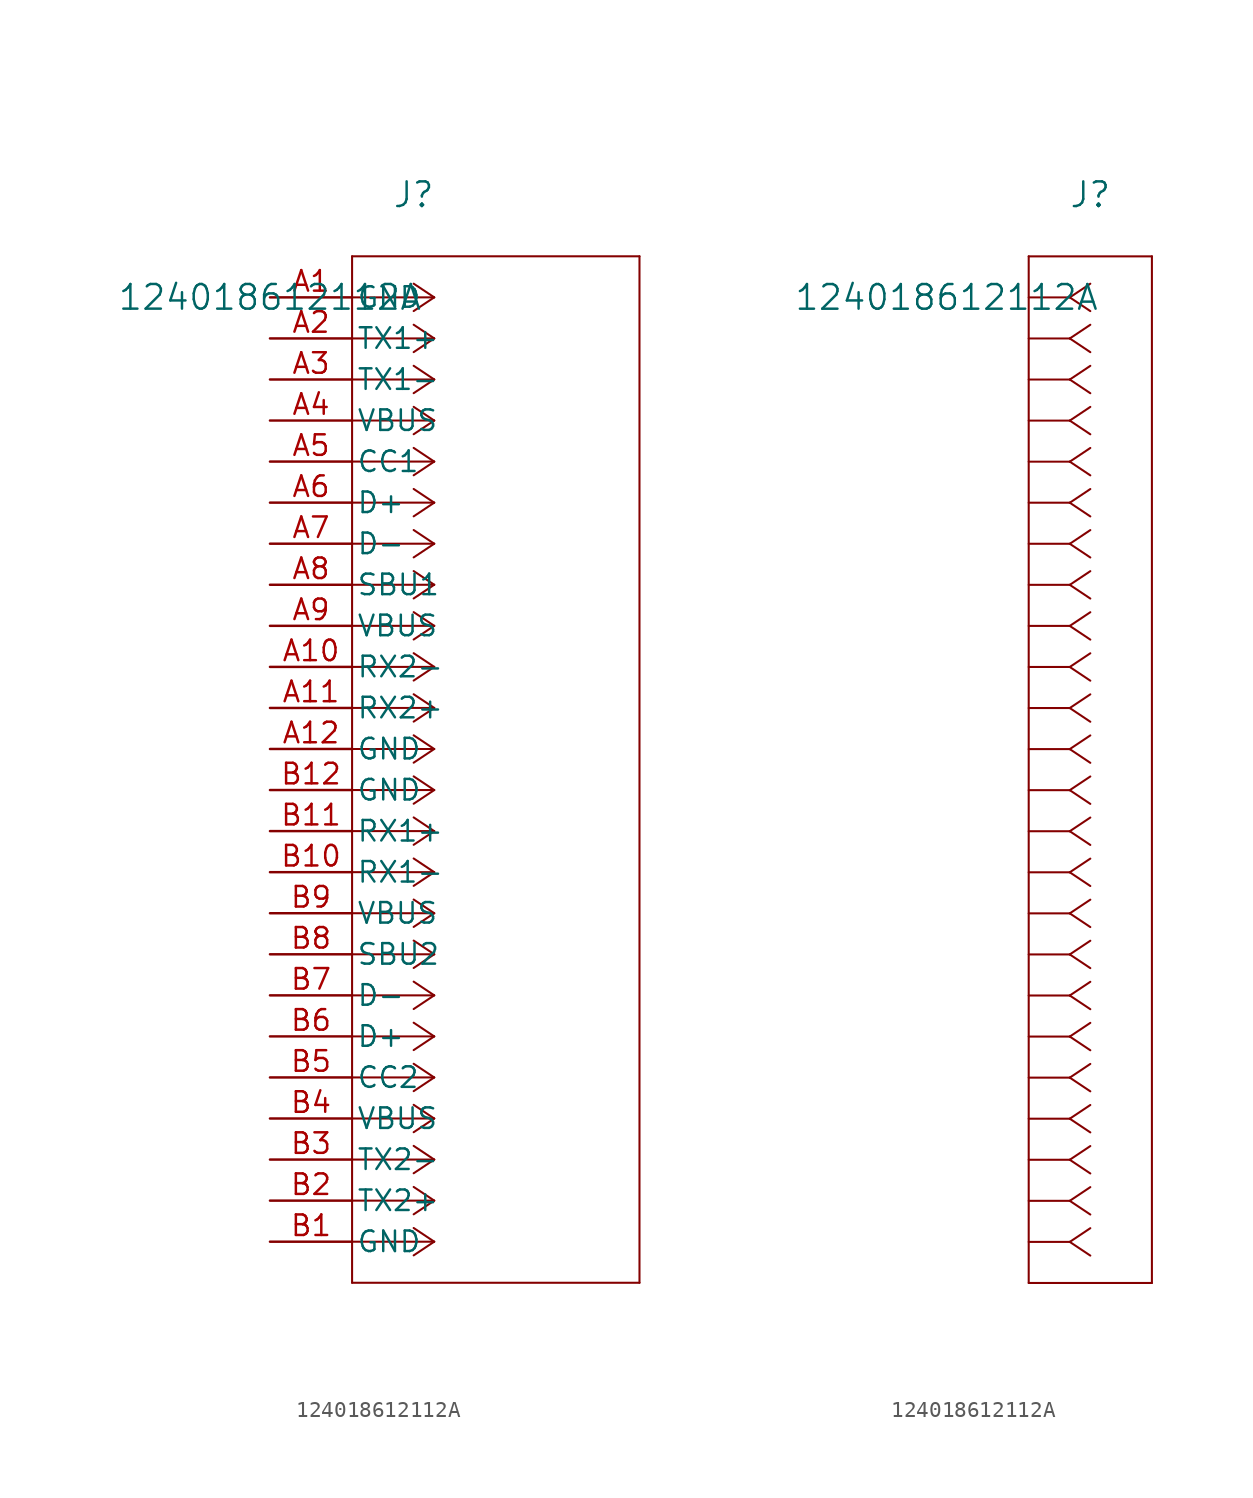
<source format=kicad_sym>
(kicad_symbol_lib
  (version 20220914)
  (generator kicad_symbol_editor)
  (symbol "124018612112A"
    (pin_names
      (offset 0.254))
    (property "Reference" "J"
      (at 8.89 6.35 0)
      (effects (font (size 1.524 1.524))))
    (property "Value" "124018612112A"
      (at 0 0 0)
      (effects (font (size 1.524 1.524))))
    (property "ki_locked" ""
      (at 0 0 0)
      (effects (font (size 1.27 1.27))))
    (symbol "124018612112A_1_1"
      (polyline (pts (xy 5.08 -60.96) (xy 22.86 -60.96)) (stroke (width 0.127) (type default)) (fill (type none)))
      (polyline (pts (xy 5.08 2.54) (xy 5.08 -60.96)) (stroke (width 0.127) (type default)) (fill (type none)))
      (polyline (pts (xy 10.16 -58.42) (xy 5.08 -58.42)) (stroke (width 0.127) (type default)) (fill (type none)))
      (polyline (pts (xy 10.16 -58.42) (xy 8.89 -59.267)) (stroke (width 0.127) (type default)) (fill (type none)))
      (polyline (pts (xy 10.16 -58.42) (xy 8.89 -57.573)) (stroke (width 0.127) (type default)) (fill (type none)))
      (polyline (pts (xy 10.16 -55.88) (xy 5.08 -55.88)) (stroke (width 0.127) (type default)) (fill (type none)))
      (polyline (pts (xy 10.16 -55.88) (xy 8.89 -56.727)) (stroke (width 0.127) (type default)) (fill (type none)))
      (polyline (pts (xy 10.16 -55.88) (xy 8.89 -55.033)) (stroke (width 0.127) (type default)) (fill (type none)))
      (polyline (pts (xy 10.16 -53.34) (xy 5.08 -53.34)) (stroke (width 0.127) (type default)) (fill (type none)))
      (polyline (pts (xy 10.16 -53.34) (xy 8.89 -54.187)) (stroke (width 0.127) (type default)) (fill (type none)))
      (polyline (pts (xy 10.16 -53.34) (xy 8.89 -52.493)) (stroke (width 0.127) (type default)) (fill (type none)))
      (polyline (pts (xy 10.16 -50.8) (xy 5.08 -50.8)) (stroke (width 0.127) (type default)) (fill (type none)))
      (polyline (pts (xy 10.16 -50.8) (xy 8.89 -51.647)) (stroke (width 0.127) (type default)) (fill (type none)))
      (polyline (pts (xy 10.16 -50.8) (xy 8.89 -49.953)) (stroke (width 0.127) (type default)) (fill (type none)))
      (polyline (pts (xy 10.16 -48.26) (xy 5.08 -48.26)) (stroke (width 0.127) (type default)) (fill (type none)))
      (polyline (pts (xy 10.16 -48.26) (xy 8.89 -49.107)) (stroke (width 0.127) (type default)) (fill (type none)))
      (polyline (pts (xy 10.16 -48.26) (xy 8.89 -47.413)) (stroke (width 0.127) (type default)) (fill (type none)))
      (polyline (pts (xy 10.16 -45.72) (xy 5.08 -45.72)) (stroke (width 0.127) (type default)) (fill (type none)))
      (polyline (pts (xy 10.16 -45.72) (xy 8.89 -46.567)) (stroke (width 0.127) (type default)) (fill (type none)))
      (polyline (pts (xy 10.16 -45.72) (xy 8.89 -44.873)) (stroke (width 0.127) (type default)) (fill (type none)))
      (polyline (pts (xy 10.16 -43.18) (xy 5.08 -43.18)) (stroke (width 0.127) (type default)) (fill (type none)))
      (polyline (pts (xy 10.16 -43.18) (xy 8.89 -44.027)) (stroke (width 0.127) (type default)) (fill (type none)))
      (polyline (pts (xy 10.16 -43.18) (xy 8.89 -42.333)) (stroke (width 0.127) (type default)) (fill (type none)))
      (polyline (pts (xy 10.16 -40.64) (xy 5.08 -40.64)) (stroke (width 0.127) (type default)) (fill (type none)))
      (polyline (pts (xy 10.16 -40.64) (xy 8.89 -41.487)) (stroke (width 0.127) (type default)) (fill (type none)))
      (polyline (pts (xy 10.16 -40.64) (xy 8.89 -39.793)) (stroke (width 0.127) (type default)) (fill (type none)))
      (polyline (pts (xy 10.16 -38.1) (xy 5.08 -38.1)) (stroke (width 0.127) (type default)) (fill (type none)))
      (polyline (pts (xy 10.16 -38.1) (xy 8.89 -38.947)) (stroke (width 0.127) (type default)) (fill (type none)))
      (polyline (pts (xy 10.16 -38.1) (xy 8.89 -37.253)) (stroke (width 0.127) (type default)) (fill (type none)))
      (polyline (pts (xy 10.16 -35.56) (xy 5.08 -35.56)) (stroke (width 0.127) (type default)) (fill (type none)))
      (polyline (pts (xy 10.16 -35.56) (xy 8.89 -36.407)) (stroke (width 0.127) (type default)) (fill (type none)))
      (polyline (pts (xy 10.16 -35.56) (xy 8.89 -34.713)) (stroke (width 0.127) (type default)) (fill (type none)))
      (polyline (pts (xy 10.16 -33.02) (xy 5.08 -33.02)) (stroke (width 0.127) (type default)) (fill (type none)))
      (polyline (pts (xy 10.16 -33.02) (xy 8.89 -33.867)) (stroke (width 0.127) (type default)) (fill (type none)))
      (polyline (pts (xy 10.16 -33.02) (xy 8.89 -32.173)) (stroke (width 0.127) (type default)) (fill (type none)))
      (polyline (pts (xy 10.16 -30.48) (xy 5.08 -30.48)) (stroke (width 0.127) (type default)) (fill (type none)))
      (polyline (pts (xy 10.16 -30.48) (xy 8.89 -31.327)) (stroke (width 0.127) (type default)) (fill (type none)))
      (polyline (pts (xy 10.16 -30.48) (xy 8.89 -29.633)) (stroke (width 0.127) (type default)) (fill (type none)))
      (polyline (pts (xy 10.16 -27.94) (xy 5.08 -27.94)) (stroke (width 0.127) (type default)) (fill (type none)))
      (polyline (pts (xy 10.16 -27.94) (xy 8.89 -28.787)) (stroke (width 0.127) (type default)) (fill (type none)))
      (polyline (pts (xy 10.16 -27.94) (xy 8.89 -27.093)) (stroke (width 0.127) (type default)) (fill (type none)))
      (polyline (pts (xy 10.16 -25.4) (xy 5.08 -25.4)) (stroke (width 0.127) (type default)) (fill (type none)))
      (polyline (pts (xy 10.16 -25.4) (xy 8.89 -26.247)) (stroke (width 0.127) (type default)) (fill (type none)))
      (polyline (pts (xy 10.16 -25.4) (xy 8.89 -24.553)) (stroke (width 0.127) (type default)) (fill (type none)))
      (polyline (pts (xy 10.16 -22.86) (xy 5.08 -22.86)) (stroke (width 0.127) (type default)) (fill (type none)))
      (polyline (pts (xy 10.16 -22.86) (xy 8.89 -23.707)) (stroke (width 0.127) (type default)) (fill (type none)))
      (polyline (pts (xy 10.16 -22.86) (xy 8.89 -22.013)) (stroke (width 0.127) (type default)) (fill (type none)))
      (polyline (pts (xy 10.16 -20.32) (xy 5.08 -20.32)) (stroke (width 0.127) (type default)) (fill (type none)))
      (polyline (pts (xy 10.16 -20.32) (xy 8.89 -21.167)) (stroke (width 0.127) (type default)) (fill (type none)))
      (polyline (pts (xy 10.16 -20.32) (xy 8.89 -19.473)) (stroke (width 0.127) (type default)) (fill (type none)))
      (polyline (pts (xy 10.16 -17.78) (xy 5.08 -17.78)) (stroke (width 0.127) (type default)) (fill (type none)))
      (polyline (pts (xy 10.16 -17.78) (xy 8.89 -18.627)) (stroke (width 0.127) (type default)) (fill (type none)))
      (polyline (pts (xy 10.16 -17.78) (xy 8.89 -16.933)) (stroke (width 0.127) (type default)) (fill (type none)))
      (polyline (pts (xy 10.16 -15.24) (xy 5.08 -15.24)) (stroke (width 0.127) (type default)) (fill (type none)))
      (polyline (pts (xy 10.16 -15.24) (xy 8.89 -16.087)) (stroke (width 0.127) (type default)) (fill (type none)))
      (polyline (pts (xy 10.16 -15.24) (xy 8.89 -14.393)) (stroke (width 0.127) (type default)) (fill (type none)))
      (polyline (pts (xy 10.16 -12.7) (xy 5.08 -12.7)) (stroke (width 0.127) (type default)) (fill (type none)))
      (polyline (pts (xy 10.16 -12.7) (xy 8.89 -13.547)) (stroke (width 0.127) (type default)) (fill (type none)))
      (polyline (pts (xy 10.16 -12.7) (xy 8.89 -11.853)) (stroke (width 0.127) (type default)) (fill (type none)))
      (polyline (pts (xy 10.16 -10.16) (xy 5.08 -10.16)) (stroke (width 0.127) (type default)) (fill (type none)))
      (polyline (pts (xy 10.16 -10.16) (xy 8.89 -11.007)) (stroke (width 0.127) (type default)) (fill (type none)))
      (polyline (pts (xy 10.16 -10.16) (xy 8.89 -9.313)) (stroke (width 0.127) (type default)) (fill (type none)))
      (polyline (pts (xy 10.16 -7.62) (xy 5.08 -7.62)) (stroke (width 0.127) (type default)) (fill (type none)))
      (polyline (pts (xy 10.16 -7.62) (xy 8.89 -8.467)) (stroke (width 0.127) (type default)) (fill (type none)))
      (polyline (pts (xy 10.16 -7.62) (xy 8.89 -6.773)) (stroke (width 0.127) (type default)) (fill (type none)))
      (polyline (pts (xy 10.16 -5.08) (xy 5.08 -5.08)) (stroke (width 0.127) (type default)) (fill (type none)))
      (polyline (pts (xy 10.16 -5.08) (xy 8.89 -5.927)) (stroke (width 0.127) (type default)) (fill (type none)))
      (polyline (pts (xy 10.16 -5.08) (xy 8.89 -4.233)) (stroke (width 0.127) (type default)) (fill (type none)))
      (polyline (pts (xy 10.16 -2.54) (xy 5.08 -2.54)) (stroke (width 0.127) (type default)) (fill (type none)))
      (polyline (pts (xy 10.16 -2.54) (xy 8.89 -3.387)) (stroke (width 0.127) (type default)) (fill (type none)))
      (polyline (pts (xy 10.16 -2.54) (xy 8.89 -1.693)) (stroke (width 0.127) (type default)) (fill (type none)))
      (polyline (pts (xy 10.16 0) (xy 5.08 0)) (stroke (width 0.127) (type default)) (fill (type none)))
      (polyline (pts (xy 10.16 0) (xy 8.89 -0.847)) (stroke (width 0.127) (type default)) (fill (type none)))
      (polyline (pts (xy 10.16 0) (xy 8.89 0.847)) (stroke (width 0.127) (type default)) (fill (type none)))
      (polyline (pts (xy 22.86 -60.96) (xy 22.86 2.54)) (stroke (width 0.127) (type default)) (fill (type none)))
      (polyline (pts (xy 22.86 2.54) (xy 5.08 2.54)) (stroke (width 0.127) (type default)) (fill (type none)))
      (pin power_in line (at 0 0 0) (length 5.08) (name "GND" (effects (font (size 1.27 1.27)))) (number "A1" (effects (font (size 1.27 1.27)))))
      (pin bidirectional line (at 0 -22.86 0) (length 5.08) (name "RX2-" (effects (font (size 1.27 1.27)))) (number "A10" (effects (font (size 1.27 1.27)))))
      (pin bidirectional line (at 0 -25.4 0) (length 5.08) (name "RX2+" (effects (font (size 1.27 1.27)))) (number "A11" (effects (font (size 1.27 1.27)))))
      (pin power_in line (at 0 -27.94 0) (length 5.08) (name "GND" (effects (font (size 1.27 1.27)))) (number "A12" (effects (font (size 1.27 1.27)))))
      (pin bidirectional line (at 0 -2.54 0) (length 5.08) (name "TX1+" (effects (font (size 1.27 1.27)))) (number "A2" (effects (font (size 1.27 1.27)))))
      (pin bidirectional line (at 0 -5.08 0) (length 5.08) (name "TX1-" (effects (font (size 1.27 1.27)))) (number "A3" (effects (font (size 1.27 1.27)))))
      (pin power_in line (at 0 -7.62 0) (length 5.08) (name "VBUS" (effects (font (size 1.27 1.27)))) (number "A4" (effects (font (size 1.27 1.27)))))
      (pin bidirectional line (at 0 -10.16 0) (length 5.08) (name "CC1" (effects (font (size 1.27 1.27)))) (number "A5" (effects (font (size 1.27 1.27)))))
      (pin bidirectional line (at 0 -12.7 0) (length 5.08) (name "D+" (effects (font (size 1.27 1.27)))) (number "A6" (effects (font (size 1.27 1.27)))))
      (pin bidirectional line (at 0 -15.24 0) (length 5.08) (name "D-" (effects (font (size 1.27 1.27)))) (number "A7" (effects (font (size 1.27 1.27)))))
      (pin bidirectional line (at 0 -17.78 0) (length 5.08) (name "SBU1" (effects (font (size 1.27 1.27)))) (number "A8" (effects (font (size 1.27 1.27)))))
      (pin power_in line (at 0 -20.32 0) (length 5.08) (name "VBUS" (effects (font (size 1.27 1.27)))) (number "A9" (effects (font (size 1.27 1.27)))))
      (pin power_in line (at 0 -58.42 0) (length 5.08) (name "GND" (effects (font (size 1.27 1.27)))) (number "B1" (effects (font (size 1.27 1.27)))))
      (pin bidirectional line (at 0 -35.56 0) (length 5.08) (name "RX1-" (effects (font (size 1.27 1.27)))) (number "B10" (effects (font (size 1.27 1.27)))))
      (pin bidirectional line (at 0 -33.02 0) (length 5.08) (name "RX1+" (effects (font (size 1.27 1.27)))) (number "B11" (effects (font (size 1.27 1.27)))))
      (pin power_in line (at 0 -30.48 0) (length 5.08) (name "GND" (effects (font (size 1.27 1.27)))) (number "B12" (effects (font (size 1.27 1.27)))))
      (pin bidirectional line (at 0 -55.88 0) (length 5.08) (name "TX2+" (effects (font (size 1.27 1.27)))) (number "B2" (effects (font (size 1.27 1.27)))))
      (pin bidirectional line (at 0 -53.34 0) (length 5.08) (name "TX2-" (effects (font (size 1.27 1.27)))) (number "B3" (effects (font (size 1.27 1.27)))))
      (pin power_in line (at 0 -50.8 0) (length 5.08) (name "VBUS" (effects (font (size 1.27 1.27)))) (number "B4" (effects (font (size 1.27 1.27)))))
      (pin bidirectional line (at 0 -48.26 0) (length 5.08) (name "CC2" (effects (font (size 1.27 1.27)))) (number "B5" (effects (font (size 1.27 1.27)))))
      (pin bidirectional line (at 0 -45.72 0) (length 5.08) (name "D+" (effects (font (size 1.27 1.27)))) (number "B6" (effects (font (size 1.27 1.27)))))
      (pin bidirectional line (at 0 -43.18 0) (length 5.08) (name "D-" (effects (font (size 1.27 1.27)))) (number "B7" (effects (font (size 1.27 1.27)))))
      (pin bidirectional line (at 0 -40.64 0) (length 5.08) (name "SBU2" (effects (font (size 1.27 1.27)))) (number "B8" (effects (font (size 1.27 1.27)))))
      (pin power_in line (at 0 -38.1 0) (length 5.08) (name "VBUS" (effects (font (size 1.27 1.27)))) (number "B9" (effects (font (size 1.27 1.27))))))
    (symbol "124018612112A_1_2"
      (polyline (pts (xy 5.08 -60.96) (xy 12.7 -60.96)) (stroke (width 0.127) (type default)) (fill (type none)))
      (polyline (pts (xy 5.08 2.54) (xy 5.08 -60.96)) (stroke (width 0.127) (type default)) (fill (type none)))
      (polyline (pts (xy 7.62 -58.42) (xy 5.08 -58.42)) (stroke (width 0.127) (type default)) (fill (type none)))
      (polyline (pts (xy 7.62 -58.42) (xy 8.89 -59.267)) (stroke (width 0.127) (type default)) (fill (type none)))
      (polyline (pts (xy 7.62 -58.42) (xy 8.89 -57.573)) (stroke (width 0.127) (type default)) (fill (type none)))
      (polyline (pts (xy 7.62 -55.88) (xy 5.08 -55.88)) (stroke (width 0.127) (type default)) (fill (type none)))
      (polyline (pts (xy 7.62 -55.88) (xy 8.89 -56.727)) (stroke (width 0.127) (type default)) (fill (type none)))
      (polyline (pts (xy 7.62 -55.88) (xy 8.89 -55.033)) (stroke (width 0.127) (type default)) (fill (type none)))
      (polyline (pts (xy 7.62 -53.34) (xy 5.08 -53.34)) (stroke (width 0.127) (type default)) (fill (type none)))
      (polyline (pts (xy 7.62 -53.34) (xy 8.89 -54.187)) (stroke (width 0.127) (type default)) (fill (type none)))
      (polyline (pts (xy 7.62 -53.34) (xy 8.89 -52.493)) (stroke (width 0.127) (type default)) (fill (type none)))
      (polyline (pts (xy 7.62 -50.8) (xy 5.08 -50.8)) (stroke (width 0.127) (type default)) (fill (type none)))
      (polyline (pts (xy 7.62 -50.8) (xy 8.89 -51.647)) (stroke (width 0.127) (type default)) (fill (type none)))
      (polyline (pts (xy 7.62 -50.8) (xy 8.89 -49.953)) (stroke (width 0.127) (type default)) (fill (type none)))
      (polyline (pts (xy 7.62 -48.26) (xy 5.08 -48.26)) (stroke (width 0.127) (type default)) (fill (type none)))
      (polyline (pts (xy 7.62 -48.26) (xy 8.89 -49.107)) (stroke (width 0.127) (type default)) (fill (type none)))
      (polyline (pts (xy 7.62 -48.26) (xy 8.89 -47.413)) (stroke (width 0.127) (type default)) (fill (type none)))
      (polyline (pts (xy 7.62 -45.72) (xy 5.08 -45.72)) (stroke (width 0.127) (type default)) (fill (type none)))
      (polyline (pts (xy 7.62 -45.72) (xy 8.89 -46.567)) (stroke (width 0.127) (type default)) (fill (type none)))
      (polyline (pts (xy 7.62 -45.72) (xy 8.89 -44.873)) (stroke (width 0.127) (type default)) (fill (type none)))
      (polyline (pts (xy 7.62 -43.18) (xy 5.08 -43.18)) (stroke (width 0.127) (type default)) (fill (type none)))
      (polyline (pts (xy 7.62 -43.18) (xy 8.89 -44.027)) (stroke (width 0.127) (type default)) (fill (type none)))
      (polyline (pts (xy 7.62 -43.18) (xy 8.89 -42.333)) (stroke (width 0.127) (type default)) (fill (type none)))
      (polyline (pts (xy 7.62 -40.64) (xy 5.08 -40.64)) (stroke (width 0.127) (type default)) (fill (type none)))
      (polyline (pts (xy 7.62 -40.64) (xy 8.89 -41.487)) (stroke (width 0.127) (type default)) (fill (type none)))
      (polyline (pts (xy 7.62 -40.64) (xy 8.89 -39.793)) (stroke (width 0.127) (type default)) (fill (type none)))
      (polyline (pts (xy 7.62 -38.1) (xy 5.08 -38.1)) (stroke (width 0.127) (type default)) (fill (type none)))
      (polyline (pts (xy 7.62 -38.1) (xy 8.89 -38.947)) (stroke (width 0.127) (type default)) (fill (type none)))
      (polyline (pts (xy 7.62 -38.1) (xy 8.89 -37.253)) (stroke (width 0.127) (type default)) (fill (type none)))
      (polyline (pts (xy 7.62 -35.56) (xy 5.08 -35.56)) (stroke (width 0.127) (type default)) (fill (type none)))
      (polyline (pts (xy 7.62 -35.56) (xy 8.89 -36.407)) (stroke (width 0.127) (type default)) (fill (type none)))
      (polyline (pts (xy 7.62 -35.56) (xy 8.89 -34.713)) (stroke (width 0.127) (type default)) (fill (type none)))
      (polyline (pts (xy 7.62 -33.02) (xy 5.08 -33.02)) (stroke (width 0.127) (type default)) (fill (type none)))
      (polyline (pts (xy 7.62 -33.02) (xy 8.89 -33.867)) (stroke (width 0.127) (type default)) (fill (type none)))
      (polyline (pts (xy 7.62 -33.02) (xy 8.89 -32.173)) (stroke (width 0.127) (type default)) (fill (type none)))
      (polyline (pts (xy 7.62 -30.48) (xy 5.08 -30.48)) (stroke (width 0.127) (type default)) (fill (type none)))
      (polyline (pts (xy 7.62 -30.48) (xy 8.89 -31.327)) (stroke (width 0.127) (type default)) (fill (type none)))
      (polyline (pts (xy 7.62 -30.48) (xy 8.89 -29.633)) (stroke (width 0.127) (type default)) (fill (type none)))
      (polyline (pts (xy 7.62 -27.94) (xy 5.08 -27.94)) (stroke (width 0.127) (type default)) (fill (type none)))
      (polyline (pts (xy 7.62 -27.94) (xy 8.89 -28.787)) (stroke (width 0.127) (type default)) (fill (type none)))
      (polyline (pts (xy 7.62 -27.94) (xy 8.89 -27.093)) (stroke (width 0.127) (type default)) (fill (type none)))
      (polyline (pts (xy 7.62 -25.4) (xy 5.08 -25.4)) (stroke (width 0.127) (type default)) (fill (type none)))
      (polyline (pts (xy 7.62 -25.4) (xy 8.89 -26.247)) (stroke (width 0.127) (type default)) (fill (type none)))
      (polyline (pts (xy 7.62 -25.4) (xy 8.89 -24.553)) (stroke (width 0.127) (type default)) (fill (type none)))
      (polyline (pts (xy 7.62 -22.86) (xy 5.08 -22.86)) (stroke (width 0.127) (type default)) (fill (type none)))
      (polyline (pts (xy 7.62 -22.86) (xy 8.89 -23.707)) (stroke (width 0.127) (type default)) (fill (type none)))
      (polyline (pts (xy 7.62 -22.86) (xy 8.89 -22.013)) (stroke (width 0.127) (type default)) (fill (type none)))
      (polyline (pts (xy 7.62 -20.32) (xy 5.08 -20.32)) (stroke (width 0.127) (type default)) (fill (type none)))
      (polyline (pts (xy 7.62 -20.32) (xy 8.89 -21.167)) (stroke (width 0.127) (type default)) (fill (type none)))
      (polyline (pts (xy 7.62 -20.32) (xy 8.89 -19.473)) (stroke (width 0.127) (type default)) (fill (type none)))
      (polyline (pts (xy 7.62 -17.78) (xy 5.08 -17.78)) (stroke (width 0.127) (type default)) (fill (type none)))
      (polyline (pts (xy 7.62 -17.78) (xy 8.89 -18.627)) (stroke (width 0.127) (type default)) (fill (type none)))
      (polyline (pts (xy 7.62 -17.78) (xy 8.89 -16.933)) (stroke (width 0.127) (type default)) (fill (type none)))
      (polyline (pts (xy 7.62 -15.24) (xy 5.08 -15.24)) (stroke (width 0.127) (type default)) (fill (type none)))
      (polyline (pts (xy 7.62 -15.24) (xy 8.89 -16.087)) (stroke (width 0.127) (type default)) (fill (type none)))
      (polyline (pts (xy 7.62 -15.24) (xy 8.89 -14.393)) (stroke (width 0.127) (type default)) (fill (type none)))
      (polyline (pts (xy 7.62 -12.7) (xy 5.08 -12.7)) (stroke (width 0.127) (type default)) (fill (type none)))
      (polyline (pts (xy 7.62 -12.7) (xy 8.89 -13.547)) (stroke (width 0.127) (type default)) (fill (type none)))
      (polyline (pts (xy 7.62 -12.7) (xy 8.89 -11.853)) (stroke (width 0.127) (type default)) (fill (type none)))
      (polyline (pts (xy 7.62 -10.16) (xy 5.08 -10.16)) (stroke (width 0.127) (type default)) (fill (type none)))
      (polyline (pts (xy 7.62 -10.16) (xy 8.89 -11.007)) (stroke (width 0.127) (type default)) (fill (type none)))
      (polyline (pts (xy 7.62 -10.16) (xy 8.89 -9.313)) (stroke (width 0.127) (type default)) (fill (type none)))
      (polyline (pts (xy 7.62 -7.62) (xy 5.08 -7.62)) (stroke (width 0.127) (type default)) (fill (type none)))
      (polyline (pts (xy 7.62 -7.62) (xy 8.89 -8.467)) (stroke (width 0.127) (type default)) (fill (type none)))
      (polyline (pts (xy 7.62 -7.62) (xy 8.89 -6.773)) (stroke (width 0.127) (type default)) (fill (type none)))
      (polyline (pts (xy 7.62 -5.08) (xy 5.08 -5.08)) (stroke (width 0.127) (type default)) (fill (type none)))
      (polyline (pts (xy 7.62 -5.08) (xy 8.89 -5.927)) (stroke (width 0.127) (type default)) (fill (type none)))
      (polyline (pts (xy 7.62 -5.08) (xy 8.89 -4.233)) (stroke (width 0.127) (type default)) (fill (type none)))
      (polyline (pts (xy 7.62 -2.54) (xy 5.08 -2.54)) (stroke (width 0.127) (type default)) (fill (type none)))
      (polyline (pts (xy 7.62 -2.54) (xy 8.89 -3.387)) (stroke (width 0.127) (type default)) (fill (type none)))
      (polyline (pts (xy 7.62 -2.54) (xy 8.89 -1.693)) (stroke (width 0.127) (type default)) (fill (type none)))
      (polyline (pts (xy 7.62 0) (xy 5.08 0)) (stroke (width 0.127) (type default)) (fill (type none)))
      (polyline (pts (xy 7.62 0) (xy 8.89 -0.847)) (stroke (width 0.127) (type default)) (fill (type none)))
      (polyline (pts (xy 7.62 0) (xy 8.89 0.847)) (stroke (width 0.127) (type default)) (fill (type none)))
      (polyline (pts (xy 12.7 -60.96) (xy 12.7 2.54)) (stroke (width 0.127) (type default)) (fill (type none)))
      (polyline (pts (xy 12.7 2.54) (xy 5.08 2.54)) (stroke (width 0.127) (type default)) (fill (type none))))))
</source>
